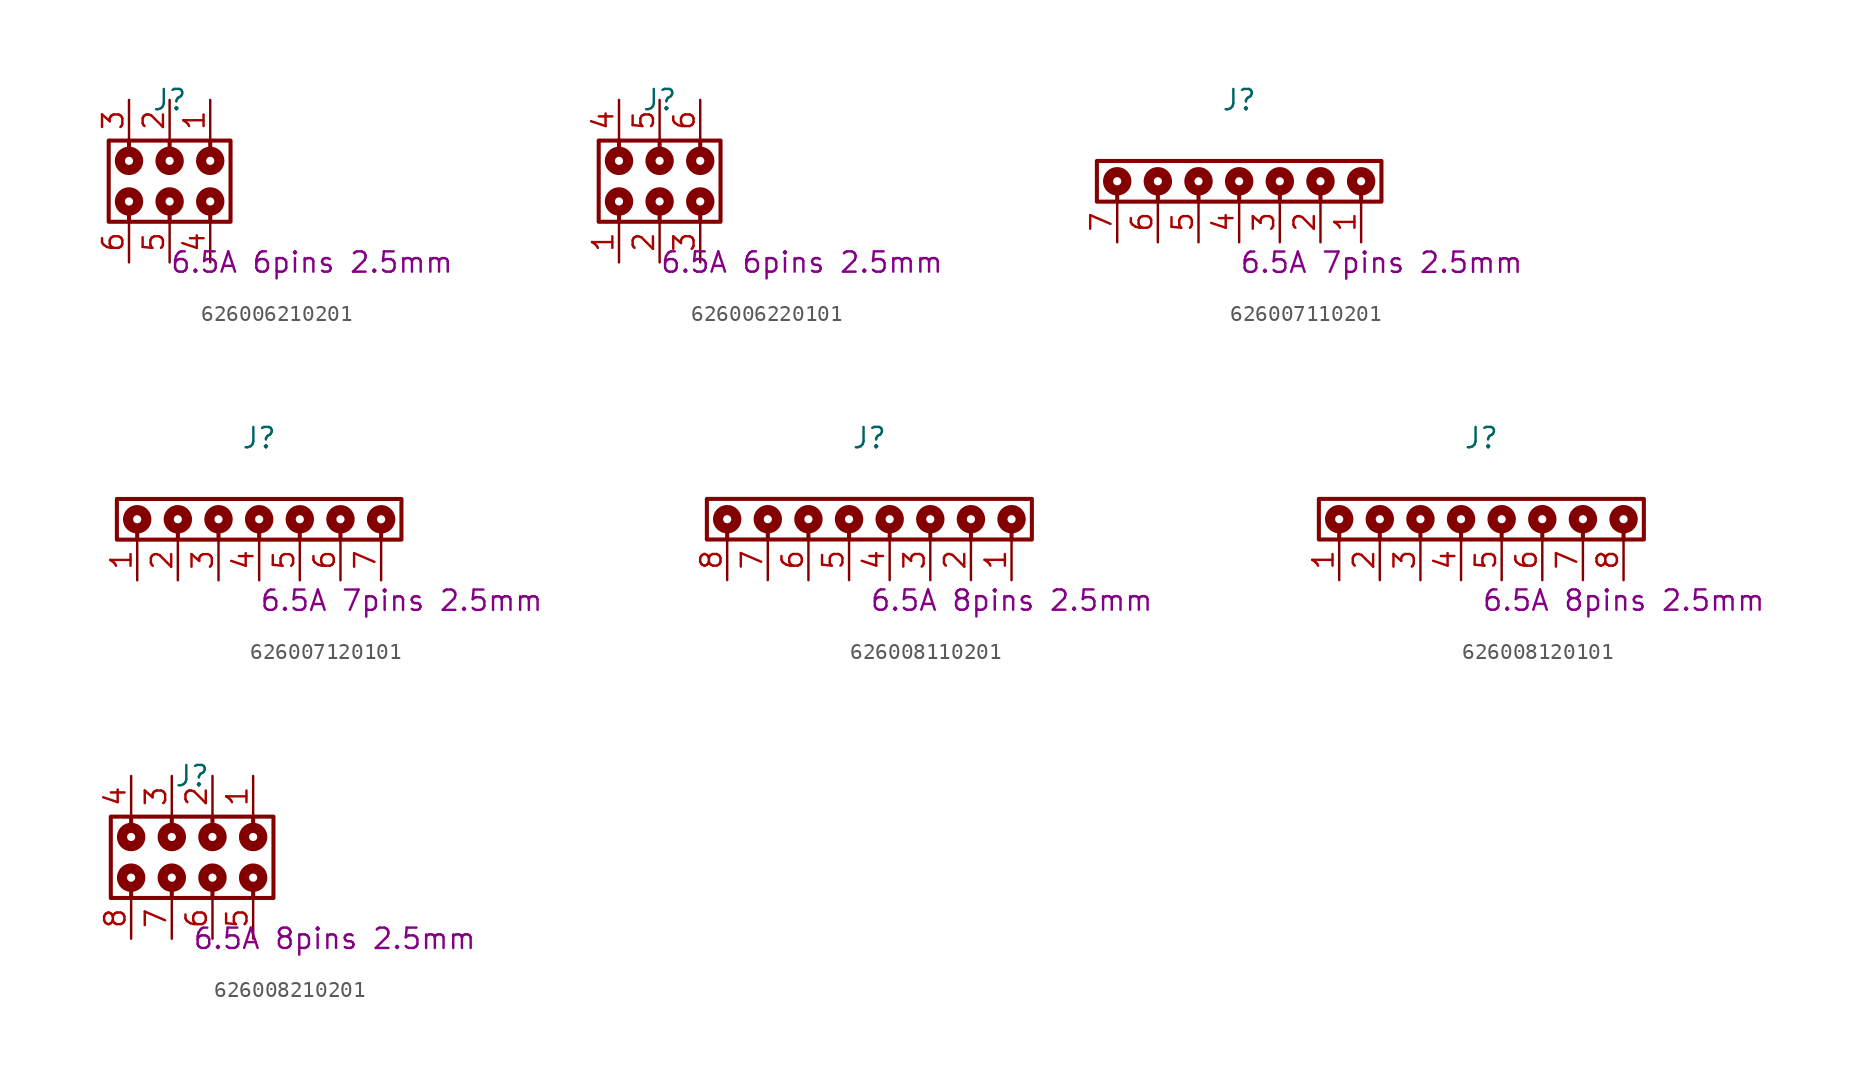
<source format=kicad_sym>
(kicad_symbol_lib
  (version 20220914)
  (generator kicad_symbol_editor)
  (symbol "626006210201"
    (pin_names hide)
    (property "Reference" "J"
      (at 0 5.08 0)
      (effects (font (size 1.27 1.27))))
    (property "Critical Parameter" "6.5A 6pins 2.5mm"
      (at 0 -5.08 0)
      (effects (font (size 1.27 1.27)) (justify left)))
    (symbol "626006210201_0_1"
      (rectangle (start -3.81 2.54) (end 3.81 -2.54) (stroke (width 0.254) (type default)) (fill (type none)))
      (circle (center -2.54 -1.27) (radius 0.254) (stroke (width 0.635) (type default)) (fill (type none)))
      (polyline (pts (xy -2.54 -1.778) (xy -2.54 -2.54)) (stroke (width 0.254) (type default)) (fill (type none)))
      (circle (center -2.54 1.27) (radius 0.254) (stroke (width 0.635) (type default)) (fill (type none)))
      (polyline (pts (xy -2.54 1.778) (xy -2.54 2.54)) (stroke (width 0.254) (type default)) (fill (type none)))
      (circle (center 0.0 -1.27) (radius 0.254) (stroke (width 0.635) (type default)) (fill (type none)))
      (polyline (pts (xy 0.0 -1.778) (xy 0.0 -2.54)) (stroke (width 0.254) (type default)) (fill (type none)))
      (circle (center 0.0 1.27) (radius 0.254) (stroke (width 0.635) (type default)) (fill (type none)))
      (polyline (pts (xy 0.0 1.778) (xy 0.0 2.54)) (stroke (width 0.254) (type default)) (fill (type none)))
      (circle (center 2.54 -1.27) (radius 0.254) (stroke (width 0.635) (type default)) (fill (type none)))
      (polyline (pts (xy 2.54 -1.778) (xy 2.54 -2.54)) (stroke (width 0.254) (type default)) (fill (type none)))
      (circle (center 2.54 1.27) (radius 0.254) (stroke (width 0.635) (type default)) (fill (type none)))
      (polyline (pts (xy 2.54 1.778) (xy 2.54 2.54)) (stroke (width 0.254) (type default)) (fill (type none))))
    (symbol "626006210201_1_1"
      (pin passive line (at 2.54 5.08 270) (length 2.54) (name "1" (effects (font (size 1.27 1.27)))) (number "1" (effects (font (size 1.27 1.27)))))
      (pin passive line (at 2.54 -5.08 90) (length 2.54) (name "4" (effects (font (size 1.27 1.27)))) (number "4" (effects (font (size 1.27 1.27)))))
      (pin passive line (at 0.0 5.08 270) (length 2.54) (name "2" (effects (font (size 1.27 1.27)))) (number "2" (effects (font (size 1.27 1.27)))))
      (pin passive line (at 0.0 -5.08 90) (length 2.54) (name "5" (effects (font (size 1.27 1.27)))) (number "5" (effects (font (size 1.27 1.27)))))
      (pin passive line (at -2.54 5.08 270) (length 2.54) (name "3" (effects (font (size 1.27 1.27)))) (number "3" (effects (font (size 1.27 1.27)))))
      (pin passive line (at -2.54 -5.08 90) (length 2.54) (name "6" (effects (font (size 1.27 1.27)))) (number "6" (effects (font (size 1.27 1.27)))))))
  (symbol "626006220101"
    (pin_names hide)
    (property "Reference" "J"
      (at 0 5.08 0)
      (effects (font (size 1.27 1.27))))
    (property "Critical Parameter" "6.5A 6pins 2.5mm"
      (at 0 -5.08 0)
      (effects (font (size 1.27 1.27)) (justify left)))
    (symbol "626006220101_0_1"
      (rectangle (start -3.81 2.54) (end 3.81 -2.54) (stroke (width 0.254) (type default)) (fill (type none)))
      (circle (center -2.54 -1.27) (radius 0.254) (stroke (width 0.635) (type default)) (fill (type none)))
      (polyline (pts (xy -2.54 -1.778) (xy -2.54 -2.54)) (stroke (width 0.254) (type default)) (fill (type none)))
      (circle (center -2.54 1.27) (radius 0.254) (stroke (width 0.635) (type default)) (fill (type none)))
      (polyline (pts (xy -2.54 1.778) (xy -2.54 2.54)) (stroke (width 0.254) (type default)) (fill (type none)))
      (circle (center 0.0 -1.27) (radius 0.254) (stroke (width 0.635) (type default)) (fill (type none)))
      (polyline (pts (xy 0.0 -1.778) (xy 0.0 -2.54)) (stroke (width 0.254) (type default)) (fill (type none)))
      (circle (center 0.0 1.27) (radius 0.254) (stroke (width 0.635) (type default)) (fill (type none)))
      (polyline (pts (xy 0.0 1.778) (xy 0.0 2.54)) (stroke (width 0.254) (type default)) (fill (type none)))
      (circle (center 2.54 -1.27) (radius 0.254) (stroke (width 0.635) (type default)) (fill (type none)))
      (polyline (pts (xy 2.54 -1.778) (xy 2.54 -2.54)) (stroke (width 0.254) (type default)) (fill (type none)))
      (circle (center 2.54 1.27) (radius 0.254) (stroke (width 0.635) (type default)) (fill (type none)))
      (polyline (pts (xy 2.54 1.778) (xy 2.54 2.54)) (stroke (width 0.254) (type default)) (fill (type none))))
    (symbol "626006220101_1_1"
      (pin passive line (at -2.54 -5.08 90) (length 2.54) (name "1" (effects (font (size 1.27 1.27)))) (number "1" (effects (font (size 1.27 1.27)))))
      (pin passive line (at -2.54 5.08 270) (length 2.54) (name "4" (effects (font (size 1.27 1.27)))) (number "4" (effects (font (size 1.27 1.27)))))
      (pin passive line (at 0.0 -5.08 90) (length 2.54) (name "2" (effects (font (size 1.27 1.27)))) (number "2" (effects (font (size 1.27 1.27)))))
      (pin passive line (at 0.0 5.08 270) (length 2.54) (name "5" (effects (font (size 1.27 1.27)))) (number "5" (effects (font (size 1.27 1.27)))))
      (pin passive line (at 2.54 -5.08 90) (length 2.54) (name "3" (effects (font (size 1.27 1.27)))) (number "3" (effects (font (size 1.27 1.27)))))
      (pin passive line (at 2.54 5.08 270) (length 2.54) (name "6" (effects (font (size 1.27 1.27)))) (number "6" (effects (font (size 1.27 1.27)))))))
  (symbol "626007110201"
    (pin_names hide)
    (property "Reference" "J"
      (at 0 5.08 0)
      (effects (font (size 1.27 1.27))))
    (property "Critical Parameter" "6.5A 7pins 2.5mm"
      (at 0 -5.08 0)
      (effects (font (size 1.27 1.27)) (justify left)))
    (symbol "626007110201_0_1"
      (rectangle (start -8.89 1.27) (end 8.89 -1.27) (stroke (width 0.254) (type default)) (fill (type none)))
      (circle (center -7.62 0) (radius 0.254) (stroke (width 0.635) (type default)) (fill (type none)))
      (polyline (pts (xy -7.62 -0.508) (xy -7.62 -1.27)) (stroke (width 0.254) (type default)) (fill (type none)))
      (circle (center -5.08 0) (radius 0.254) (stroke (width 0.635) (type default)) (fill (type none)))
      (polyline (pts (xy -5.08 -0.508) (xy -5.08 -1.27)) (stroke (width 0.254) (type default)) (fill (type none)))
      (circle (center -2.54 0) (radius 0.254) (stroke (width 0.635) (type default)) (fill (type none)))
      (polyline (pts (xy -2.54 -0.508) (xy -2.54 -1.27)) (stroke (width 0.254) (type default)) (fill (type none)))
      (circle (center 0.0 0) (radius 0.254) (stroke (width 0.635) (type default)) (fill (type none)))
      (polyline (pts (xy 0.0 -0.508) (xy 0.0 -1.27)) (stroke (width 0.254) (type default)) (fill (type none)))
      (circle (center 2.54 0) (radius 0.254) (stroke (width 0.635) (type default)) (fill (type none)))
      (polyline (pts (xy 2.54 -0.508) (xy 2.54 -1.27)) (stroke (width 0.254) (type default)) (fill (type none)))
      (circle (center 5.08 0) (radius 0.254) (stroke (width 0.635) (type default)) (fill (type none)))
      (polyline (pts (xy 5.08 -0.508) (xy 5.08 -1.27)) (stroke (width 0.254) (type default)) (fill (type none)))
      (circle (center 7.62 0) (radius 0.254) (stroke (width 0.635) (type default)) (fill (type none)))
      (polyline (pts (xy 7.62 -0.508) (xy 7.62 -1.27)) (stroke (width 0.254) (type default)) (fill (type none))))
    (symbol "626007110201_1_1"
      (pin passive line (at 7.62 -3.81 90) (length 2.54) (name "1" (effects (font (size 1.27 1.27)))) (number "1" (effects (font (size 1.27 1.27)))))
      (pin passive line (at 5.08 -3.81 90) (length 2.54) (name "2" (effects (font (size 1.27 1.27)))) (number "2" (effects (font (size 1.27 1.27)))))
      (pin passive line (at 2.54 -3.81 90) (length 2.54) (name "3" (effects (font (size 1.27 1.27)))) (number "3" (effects (font (size 1.27 1.27)))))
      (pin passive line (at 0.0 -3.81 90) (length 2.54) (name "4" (effects (font (size 1.27 1.27)))) (number "4" (effects (font (size 1.27 1.27)))))
      (pin passive line (at -2.54 -3.81 90) (length 2.54) (name "5" (effects (font (size 1.27 1.27)))) (number "5" (effects (font (size 1.27 1.27)))))
      (pin passive line (at -5.08 -3.81 90) (length 2.54) (name "6" (effects (font (size 1.27 1.27)))) (number "6" (effects (font (size 1.27 1.27)))))
      (pin passive line (at -7.62 -3.81 90) (length 2.54) (name "7" (effects (font (size 1.27 1.27)))) (number "7" (effects (font (size 1.27 1.27)))))))
  (symbol "626007120101"
    (pin_names hide)
    (property "Reference" "J"
      (at 0 5.08 0)
      (effects (font (size 1.27 1.27))))
    (property "Critical Parameter" "6.5A 7pins 2.5mm"
      (at 0 -5.08 0)
      (effects (font (size 1.27 1.27)) (justify left)))
    (symbol "626007120101_0_1"
      (rectangle (start -8.89 1.27) (end 8.89 -1.27) (stroke (width 0.254) (type default)) (fill (type none)))
      (circle (center -7.62 0) (radius 0.254) (stroke (width 0.635) (type default)) (fill (type none)))
      (polyline (pts (xy -7.62 -0.508) (xy -7.62 -1.27)) (stroke (width 0.254) (type default)) (fill (type none)))
      (circle (center -5.08 0) (radius 0.254) (stroke (width 0.635) (type default)) (fill (type none)))
      (polyline (pts (xy -5.08 -0.508) (xy -5.08 -1.27)) (stroke (width 0.254) (type default)) (fill (type none)))
      (circle (center -2.54 0) (radius 0.254) (stroke (width 0.635) (type default)) (fill (type none)))
      (polyline (pts (xy -2.54 -0.508) (xy -2.54 -1.27)) (stroke (width 0.254) (type default)) (fill (type none)))
      (circle (center 0.0 0) (radius 0.254) (stroke (width 0.635) (type default)) (fill (type none)))
      (polyline (pts (xy 0.0 -0.508) (xy 0.0 -1.27)) (stroke (width 0.254) (type default)) (fill (type none)))
      (circle (center 2.54 0) (radius 0.254) (stroke (width 0.635) (type default)) (fill (type none)))
      (polyline (pts (xy 2.54 -0.508) (xy 2.54 -1.27)) (stroke (width 0.254) (type default)) (fill (type none)))
      (circle (center 5.08 0) (radius 0.254) (stroke (width 0.635) (type default)) (fill (type none)))
      (polyline (pts (xy 5.08 -0.508) (xy 5.08 -1.27)) (stroke (width 0.254) (type default)) (fill (type none)))
      (circle (center 7.62 0) (radius 0.254) (stroke (width 0.635) (type default)) (fill (type none)))
      (polyline (pts (xy 7.62 -0.508) (xy 7.62 -1.27)) (stroke (width 0.254) (type default)) (fill (type none))))
    (symbol "626007120101_1_1"
      (pin passive line (at -7.62 -3.81 90) (length 2.54) (name "1" (effects (font (size 1.27 1.27)))) (number "1" (effects (font (size 1.27 1.27)))))
      (pin passive line (at -5.08 -3.81 90) (length 2.54) (name "2" (effects (font (size 1.27 1.27)))) (number "2" (effects (font (size 1.27 1.27)))))
      (pin passive line (at -2.54 -3.81 90) (length 2.54) (name "3" (effects (font (size 1.27 1.27)))) (number "3" (effects (font (size 1.27 1.27)))))
      (pin passive line (at 0.0 -3.81 90) (length 2.54) (name "4" (effects (font (size 1.27 1.27)))) (number "4" (effects (font (size 1.27 1.27)))))
      (pin passive line (at 2.54 -3.81 90) (length 2.54) (name "5" (effects (font (size 1.27 1.27)))) (number "5" (effects (font (size 1.27 1.27)))))
      (pin passive line (at 5.08 -3.81 90) (length 2.54) (name "6" (effects (font (size 1.27 1.27)))) (number "6" (effects (font (size 1.27 1.27)))))
      (pin passive line (at 7.62 -3.81 90) (length 2.54) (name "7" (effects (font (size 1.27 1.27)))) (number "7" (effects (font (size 1.27 1.27)))))))
  (symbol "626008110201"
    (pin_names hide)
    (property "Reference" "J"
      (at 0 5.08 0)
      (effects (font (size 1.27 1.27))))
    (property "Critical Parameter" "6.5A 8pins 2.5mm"
      (at 0 -5.08 0)
      (effects (font (size 1.27 1.27)) (justify left)))
    (symbol "626008110201_0_1"
      (rectangle (start -10.16 1.27) (end 10.16 -1.27) (stroke (width 0.254) (type default)) (fill (type none)))
      (circle (center -8.89 0) (radius 0.254) (stroke (width 0.635) (type default)) (fill (type none)))
      (polyline (pts (xy -8.89 -0.508) (xy -8.89 -1.27)) (stroke (width 0.254) (type default)) (fill (type none)))
      (circle (center -6.35 0) (radius 0.254) (stroke (width 0.635) (type default)) (fill (type none)))
      (polyline (pts (xy -6.35 -0.508) (xy -6.35 -1.27)) (stroke (width 0.254) (type default)) (fill (type none)))
      (circle (center -3.81 0) (radius 0.254) (stroke (width 0.635) (type default)) (fill (type none)))
      (polyline (pts (xy -3.81 -0.508) (xy -3.81 -1.27)) (stroke (width 0.254) (type default)) (fill (type none)))
      (circle (center -1.27 0) (radius 0.254) (stroke (width 0.635) (type default)) (fill (type none)))
      (polyline (pts (xy -1.27 -0.508) (xy -1.27 -1.27)) (stroke (width 0.254) (type default)) (fill (type none)))
      (circle (center 1.27 0) (radius 0.254) (stroke (width 0.635) (type default)) (fill (type none)))
      (polyline (pts (xy 1.27 -0.508) (xy 1.27 -1.27)) (stroke (width 0.254) (type default)) (fill (type none)))
      (circle (center 3.81 0) (radius 0.254) (stroke (width 0.635) (type default)) (fill (type none)))
      (polyline (pts (xy 3.81 -0.508) (xy 3.81 -1.27)) (stroke (width 0.254) (type default)) (fill (type none)))
      (circle (center 6.35 0) (radius 0.254) (stroke (width 0.635) (type default)) (fill (type none)))
      (polyline (pts (xy 6.35 -0.508) (xy 6.35 -1.27)) (stroke (width 0.254) (type default)) (fill (type none)))
      (circle (center 8.89 0) (radius 0.254) (stroke (width 0.635) (type default)) (fill (type none)))
      (polyline (pts (xy 8.89 -0.508) (xy 8.89 -1.27)) (stroke (width 0.254) (type default)) (fill (type none))))
    (symbol "626008110201_1_1"
      (pin passive line (at 8.89 -3.81 90) (length 2.54) (name "1" (effects (font (size 1.27 1.27)))) (number "1" (effects (font (size 1.27 1.27)))))
      (pin passive line (at 6.35 -3.81 90) (length 2.54) (name "2" (effects (font (size 1.27 1.27)))) (number "2" (effects (font (size 1.27 1.27)))))
      (pin passive line (at 3.81 -3.81 90) (length 2.54) (name "3" (effects (font (size 1.27 1.27)))) (number "3" (effects (font (size 1.27 1.27)))))
      (pin passive line (at 1.27 -3.81 90) (length 2.54) (name "4" (effects (font (size 1.27 1.27)))) (number "4" (effects (font (size 1.27 1.27)))))
      (pin passive line (at -1.27 -3.81 90) (length 2.54) (name "5" (effects (font (size 1.27 1.27)))) (number "5" (effects (font (size 1.27 1.27)))))
      (pin passive line (at -3.81 -3.81 90) (length 2.54) (name "6" (effects (font (size 1.27 1.27)))) (number "6" (effects (font (size 1.27 1.27)))))
      (pin passive line (at -6.35 -3.81 90) (length 2.54) (name "7" (effects (font (size 1.27 1.27)))) (number "7" (effects (font (size 1.27 1.27)))))
      (pin passive line (at -8.89 -3.81 90) (length 2.54) (name "8" (effects (font (size 1.27 1.27)))) (number "8" (effects (font (size 1.27 1.27)))))))
  (symbol "626008120101"
    (pin_names hide)
    (property "Reference" "J"
      (at 0 5.08 0)
      (effects (font (size 1.27 1.27))))
    (property "Critical Parameter" "6.5A 8pins 2.5mm"
      (at 0 -5.08 0)
      (effects (font (size 1.27 1.27)) (justify left)))
    (symbol "626008120101_0_1"
      (rectangle (start -10.16 1.27) (end 10.16 -1.27) (stroke (width 0.254) (type default)) (fill (type none)))
      (circle (center -8.89 0) (radius 0.254) (stroke (width 0.635) (type default)) (fill (type none)))
      (polyline (pts (xy -8.89 -0.508) (xy -8.89 -1.27)) (stroke (width 0.254) (type default)) (fill (type none)))
      (circle (center -6.35 0) (radius 0.254) (stroke (width 0.635) (type default)) (fill (type none)))
      (polyline (pts (xy -6.35 -0.508) (xy -6.35 -1.27)) (stroke (width 0.254) (type default)) (fill (type none)))
      (circle (center -3.81 0) (radius 0.254) (stroke (width 0.635) (type default)) (fill (type none)))
      (polyline (pts (xy -3.81 -0.508) (xy -3.81 -1.27)) (stroke (width 0.254) (type default)) (fill (type none)))
      (circle (center -1.27 0) (radius 0.254) (stroke (width 0.635) (type default)) (fill (type none)))
      (polyline (pts (xy -1.27 -0.508) (xy -1.27 -1.27)) (stroke (width 0.254) (type default)) (fill (type none)))
      (circle (center 1.27 0) (radius 0.254) (stroke (width 0.635) (type default)) (fill (type none)))
      (polyline (pts (xy 1.27 -0.508) (xy 1.27 -1.27)) (stroke (width 0.254) (type default)) (fill (type none)))
      (circle (center 3.81 0) (radius 0.254) (stroke (width 0.635) (type default)) (fill (type none)))
      (polyline (pts (xy 3.81 -0.508) (xy 3.81 -1.27)) (stroke (width 0.254) (type default)) (fill (type none)))
      (circle (center 6.35 0) (radius 0.254) (stroke (width 0.635) (type default)) (fill (type none)))
      (polyline (pts (xy 6.35 -0.508) (xy 6.35 -1.27)) (stroke (width 0.254) (type default)) (fill (type none)))
      (circle (center 8.89 0) (radius 0.254) (stroke (width 0.635) (type default)) (fill (type none)))
      (polyline (pts (xy 8.89 -0.508) (xy 8.89 -1.27)) (stroke (width 0.254) (type default)) (fill (type none))))
    (symbol "626008120101_1_1"
      (pin passive line (at -8.89 -3.81 90) (length 2.54) (name "1" (effects (font (size 1.27 1.27)))) (number "1" (effects (font (size 1.27 1.27)))))
      (pin passive line (at -6.35 -3.81 90) (length 2.54) (name "2" (effects (font (size 1.27 1.27)))) (number "2" (effects (font (size 1.27 1.27)))))
      (pin passive line (at -3.81 -3.81 90) (length 2.54) (name "3" (effects (font (size 1.27 1.27)))) (number "3" (effects (font (size 1.27 1.27)))))
      (pin passive line (at -1.27 -3.81 90) (length 2.54) (name "4" (effects (font (size 1.27 1.27)))) (number "4" (effects (font (size 1.27 1.27)))))
      (pin passive line (at 1.27 -3.81 90) (length 2.54) (name "5" (effects (font (size 1.27 1.27)))) (number "5" (effects (font (size 1.27 1.27)))))
      (pin passive line (at 3.81 -3.81 90) (length 2.54) (name "6" (effects (font (size 1.27 1.27)))) (number "6" (effects (font (size 1.27 1.27)))))
      (pin passive line (at 6.35 -3.81 90) (length 2.54) (name "7" (effects (font (size 1.27 1.27)))) (number "7" (effects (font (size 1.27 1.27)))))
      (pin passive line (at 8.89 -3.81 90) (length 2.54) (name "8" (effects (font (size 1.27 1.27)))) (number "8" (effects (font (size 1.27 1.27)))))))
  (symbol "626008210201"
    (pin_names hide)
    (property "Reference" "J"
      (at 0 5.08 0)
      (effects (font (size 1.27 1.27))))
    (property "Critical Parameter" "6.5A 8pins 2.5mm"
      (at 0 -5.08 0)
      (effects (font (size 1.27 1.27)) (justify left)))
    (symbol "626008210201_0_1"
      (rectangle (start -5.08 2.54) (end 5.08 -2.54) (stroke (width 0.254) (type default)) (fill (type none)))
      (circle (center -3.81 -1.27) (radius 0.254) (stroke (width 0.635) (type default)) (fill (type none)))
      (polyline (pts (xy -3.81 -1.778) (xy -3.81 -2.54)) (stroke (width 0.254) (type default)) (fill (type none)))
      (circle (center -3.81 1.27) (radius 0.254) (stroke (width 0.635) (type default)) (fill (type none)))
      (polyline (pts (xy -3.81 1.778) (xy -3.81 2.54)) (stroke (width 0.254) (type default)) (fill (type none)))
      (circle (center -1.27 -1.27) (radius 0.254) (stroke (width 0.635) (type default)) (fill (type none)))
      (polyline (pts (xy -1.27 -1.778) (xy -1.27 -2.54)) (stroke (width 0.254) (type default)) (fill (type none)))
      (circle (center -1.27 1.27) (radius 0.254) (stroke (width 0.635) (type default)) (fill (type none)))
      (polyline (pts (xy -1.27 1.778) (xy -1.27 2.54)) (stroke (width 0.254) (type default)) (fill (type none)))
      (circle (center 1.27 -1.27) (radius 0.254) (stroke (width 0.635) (type default)) (fill (type none)))
      (polyline (pts (xy 1.27 -1.778) (xy 1.27 -2.54)) (stroke (width 0.254) (type default)) (fill (type none)))
      (circle (center 1.27 1.27) (radius 0.254) (stroke (width 0.635) (type default)) (fill (type none)))
      (polyline (pts (xy 1.27 1.778) (xy 1.27 2.54)) (stroke (width 0.254) (type default)) (fill (type none)))
      (circle (center 3.81 -1.27) (radius 0.254) (stroke (width 0.635) (type default)) (fill (type none)))
      (polyline (pts (xy 3.81 -1.778) (xy 3.81 -2.54)) (stroke (width 0.254) (type default)) (fill (type none)))
      (circle (center 3.81 1.27) (radius 0.254) (stroke (width 0.635) (type default)) (fill (type none)))
      (polyline (pts (xy 3.81 1.778) (xy 3.81 2.54)) (stroke (width 0.254) (type default)) (fill (type none))))
    (symbol "626008210201_1_1"
      (pin passive line (at 3.81 5.08 270) (length 2.54) (name "1" (effects (font (size 1.27 1.27)))) (number "1" (effects (font (size 1.27 1.27)))))
      (pin passive line (at 3.81 -5.08 90) (length 2.54) (name "5" (effects (font (size 1.27 1.27)))) (number "5" (effects (font (size 1.27 1.27)))))
      (pin passive line (at 1.27 5.08 270) (length 2.54) (name "2" (effects (font (size 1.27 1.27)))) (number "2" (effects (font (size 1.27 1.27)))))
      (pin passive line (at 1.27 -5.08 90) (length 2.54) (name "6" (effects (font (size 1.27 1.27)))) (number "6" (effects (font (size 1.27 1.27)))))
      (pin passive line (at -1.27 5.08 270) (length 2.54) (name "3" (effects (font (size 1.27 1.27)))) (number "3" (effects (font (size 1.27 1.27)))))
      (pin passive line (at -1.27 -5.08 90) (length 2.54) (name "7" (effects (font (size 1.27 1.27)))) (number "7" (effects (font (size 1.27 1.27)))))
      (pin passive line (at -3.81 5.08 270) (length 2.54) (name "4" (effects (font (size 1.27 1.27)))) (number "4" (effects (font (size 1.27 1.27)))))
      (pin passive line (at -3.81 -5.08 90) (length 2.54) (name "8" (effects (font (size 1.27 1.27)))) (number "8" (effects (font (size 1.27 1.27))))))))
</source>
